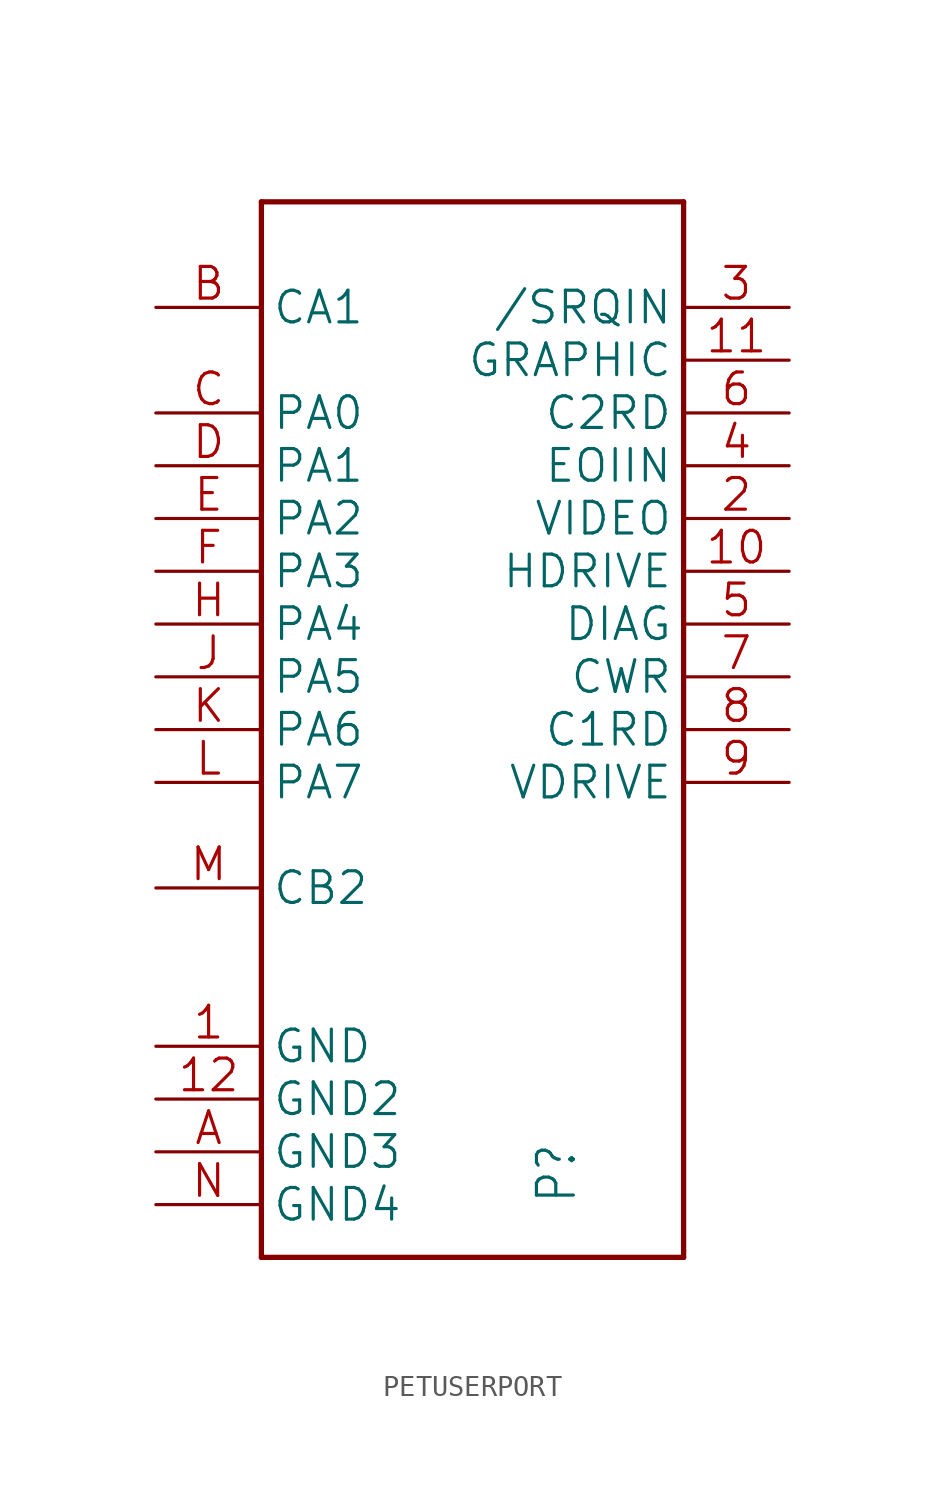
<source format=kicad_sym>
(kicad_symbol_lib
  (version 20241209)
  (generator "kicad_symbol_editor")
  (generator_version "9.0")
  (symbol "PETUSERPORT"
    (property "Reference" "P"
      (at -2.54 -20.32 90)
      (effects (font (size 1.778 1.511)) (justify left bottom)))
    (property "Value" ""
      (at -15.24 27.94 0)
      (effects (font (size 1.778 1.511)) (justify left bottom)))
    (property "ki_locked" ""
      (at 0 0 0)
      (effects (font (size 1.27 1.27))))
    (symbol "PETUSERPORT_1_0"
      (polyline (pts (xy -17.78 27.94) (xy 2.54 27.94)) (stroke (width 0.254) (type solid)) (fill (type none)))
      (polyline (pts (xy -17.78 -22.86) (xy -17.78 27.94)) (stroke (width 0.254) (type solid)) (fill (type none)))
      (polyline (pts (xy 2.54 27.94) (xy 2.54 -22.86)) (stroke (width 0.254) (type solid)) (fill (type none)))
      (polyline (pts (xy 2.54 -22.86) (xy -17.78 -22.86)) (stroke (width 0.254) (type solid)) (fill (type none)))
      (pin bidirectional line (at -22.86 22.86 0) (length 5.08) (name "CA1" (effects (font (size 1.524 1.524)))) (number "B" (effects (font (size 1.524 1.524)))))
      (pin bidirectional line (at -22.86 17.78 0) (length 5.08) (name "PA0" (effects (font (size 1.524 1.524)))) (number "C" (effects (font (size 1.524 1.524)))))
      (pin bidirectional line (at -22.86 15.24 0) (length 5.08) (name "PA1" (effects (font (size 1.524 1.524)))) (number "D" (effects (font (size 1.524 1.524)))))
      (pin bidirectional line (at -22.86 12.7 0) (length 5.08) (name "PA2" (effects (font (size 1.524 1.524)))) (number "E" (effects (font (size 1.524 1.524)))))
      (pin bidirectional line (at -22.86 10.16 0) (length 5.08) (name "PA3" (effects (font (size 1.524 1.524)))) (number "F" (effects (font (size 1.524 1.524)))))
      (pin bidirectional line (at -22.86 7.62 0) (length 5.08) (name "PA4" (effects (font (size 1.524 1.524)))) (number "H" (effects (font (size 1.524 1.524)))))
      (pin bidirectional line (at -22.86 5.08 0) (length 5.08) (name "PA5" (effects (font (size 1.524 1.524)))) (number "J" (effects (font (size 1.524 1.524)))))
      (pin bidirectional line (at -22.86 2.54 0) (length 5.08) (name "PA6" (effects (font (size 1.524 1.524)))) (number "K" (effects (font (size 1.524 1.524)))))
      (pin bidirectional line (at -22.86 0 0) (length 5.08) (name "PA7" (effects (font (size 1.524 1.524)))) (number "L" (effects (font (size 1.524 1.524)))))
      (pin bidirectional line (at -22.86 -5.08 0) (length 5.08) (name "CB2" (effects (font (size 1.524 1.524)))) (number "M" (effects (font (size 1.524 1.524)))))
      (pin bidirectional line (at -22.86 -12.7 0) (length 5.08) (name "GND" (effects (font (size 1.524 1.524)))) (number "1" (effects (font (size 1.524 1.524)))))
      (pin bidirectional line (at -22.86 -15.24 0) (length 5.08) (name "GND2" (effects (font (size 1.524 1.524)))) (number "12" (effects (font (size 1.524 1.524)))))
      (pin bidirectional line (at -22.86 -17.78 0) (length 5.08) (name "GND3" (effects (font (size 1.524 1.524)))) (number "A" (effects (font (size 1.524 1.524)))))
      (pin bidirectional line (at -22.86 -20.32 0) (length 5.08) (name "GND4" (effects (font (size 1.524 1.524)))) (number "N" (effects (font (size 1.524 1.524)))))
      (pin bidirectional line (at 7.62 22.86 180) (length 5.08) (name "/SRQIN" (effects (font (size 1.524 1.524)))) (number "3" (effects (font (size 1.524 1.524)))))
      (pin bidirectional line (at 7.62 20.32 180) (length 5.08) (name "GRAPHIC" (effects (font (size 1.524 1.524)))) (number "11" (effects (font (size 1.524 1.524)))))
      (pin bidirectional line (at 7.62 17.78 180) (length 5.08) (name "C2RD" (effects (font (size 1.524 1.524)))) (number "6" (effects (font (size 1.524 1.524)))))
      (pin bidirectional line (at 7.62 15.24 180) (length 5.08) (name "EOIIN" (effects (font (size 1.524 1.524)))) (number "4" (effects (font (size 1.524 1.524)))))
      (pin bidirectional line (at 7.62 12.7 180) (length 5.08) (name "VIDEO" (effects (font (size 1.524 1.524)))) (number "2" (effects (font (size 1.524 1.524)))))
      (pin bidirectional line (at 7.62 10.16 180) (length 5.08) (name "HDRIVE" (effects (font (size 1.524 1.524)))) (number "10" (effects (font (size 1.524 1.524)))))
      (pin bidirectional line (at 7.62 7.62 180) (length 5.08) (name "DIAG" (effects (font (size 1.524 1.524)))) (number "5" (effects (font (size 1.524 1.524)))))
      (pin bidirectional line (at 7.62 5.08 180) (length 5.08) (name "CWR" (effects (font (size 1.524 1.524)))) (number "7" (effects (font (size 1.524 1.524)))))
      (pin bidirectional line (at 7.62 2.54 180) (length 5.08) (name "C1RD" (effects (font (size 1.524 1.524)))) (number "8" (effects (font (size 1.524 1.524)))))
      (pin bidirectional line (at 7.62 0 180) (length 5.08) (name "VDRIVE" (effects (font (size 1.524 1.524)))) (number "9" (effects (font (size 1.524 1.524))))))))
</source>
